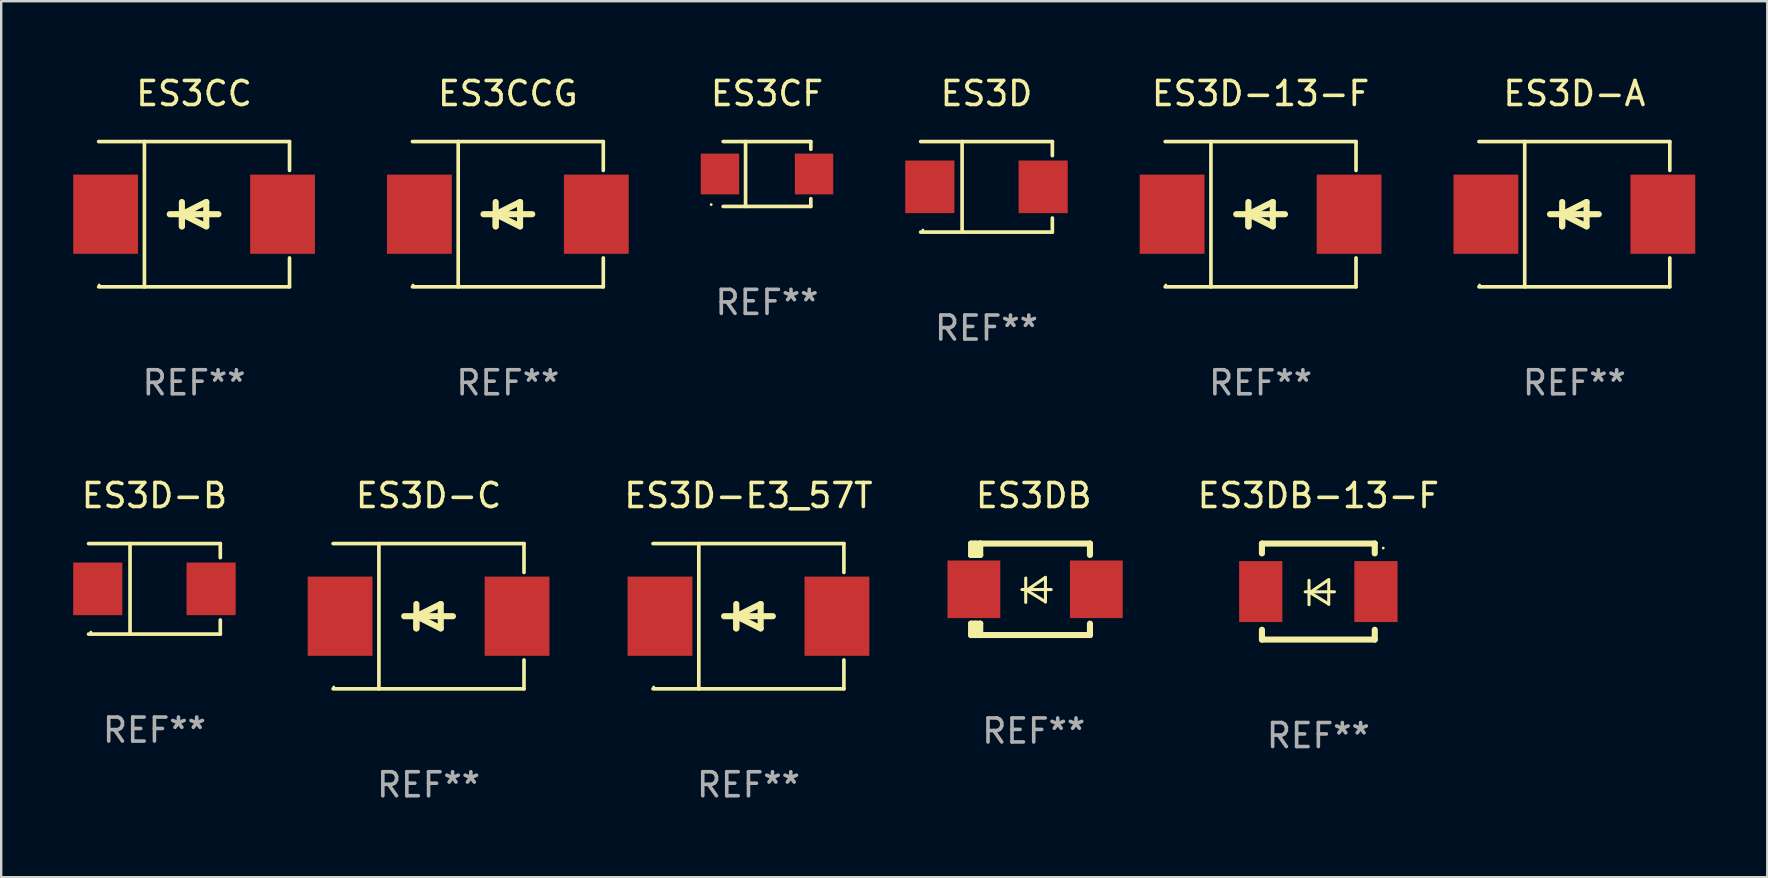
<source format=kicad_pcb>
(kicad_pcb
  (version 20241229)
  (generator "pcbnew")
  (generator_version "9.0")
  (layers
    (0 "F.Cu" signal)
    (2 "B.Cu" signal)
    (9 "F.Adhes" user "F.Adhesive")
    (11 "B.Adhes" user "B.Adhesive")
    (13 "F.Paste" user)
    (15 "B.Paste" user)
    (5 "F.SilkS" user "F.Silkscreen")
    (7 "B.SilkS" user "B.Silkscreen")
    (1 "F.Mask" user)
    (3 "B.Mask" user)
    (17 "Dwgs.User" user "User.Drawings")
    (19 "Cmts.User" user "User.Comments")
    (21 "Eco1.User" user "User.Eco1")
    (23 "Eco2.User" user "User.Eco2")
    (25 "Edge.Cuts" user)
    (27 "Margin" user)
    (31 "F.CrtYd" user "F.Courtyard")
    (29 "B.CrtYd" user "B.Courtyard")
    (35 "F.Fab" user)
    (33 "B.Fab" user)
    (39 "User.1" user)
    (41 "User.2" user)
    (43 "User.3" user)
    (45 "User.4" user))
  (footprint "ES3D"
    (layer "F.Cu")
    (at 38.05 4.734)
    (property "Reference" "ES3D" (at 0 -3.886 0) (layer "F.SilkS") (effects (font (size 1 1) (thickness 0.15))))
    (attr through_hole)
    (fp_line (start -2.744 -1.886) (end 2.744 -1.886) (stroke (width 0.152) (type solid)) (layer "F.SilkS"))
    (fp_line (start -2.744 1.886) (end 2.744 1.886) (stroke (width 0.152) (type solid)) (layer "F.SilkS"))
    (fp_line (start -1.016 -1.886) (end -1.016 1.886) (stroke (width 0.152) (type solid)) (layer "F.SilkS"))
    (fp_line (start 2.744 -1.886) (end 2.744 -1.299) (stroke (width 0.152) (type solid)) (layer "F.SilkS"))
    (fp_line (start 2.744 1.886) (end 2.744 1.299) (stroke (width 0.152) (type solid)) (layer "F.SilkS"))
    (fp_circle (center -2.65 1.8) (end -2.62 1.8) (stroke (width 0.06) (type solid)) (fill no) (layer "F.SilkS"))
    (fp_text user "REF**" (at 0 5.886 0) (layer "F.Fab") (effects (font (size 1 1) (thickness 0.15))))
    (pad "1" smd rect (at -2.361 0) (size 2.047 2.192) (layers "F.Cu" "F.Mask" "F.Paste"))
    (pad "2" smd rect (at 2.361 0) (size 2.047 2.192) (layers "F.Cu" "F.Mask" "F.Paste")))
  (footprint "ES3DB-13-F"
    (layer "F.Cu")
    (at 51.876 21.597)
    (property "Reference" "ES3DB-13-F" (at 0 -4 0) (layer "F.SilkS") (effects (font (size 1 1) (thickness 0.15))))
    (attr through_hole)
    (fp_line (start -2.35 -2) (end -2.35 -1.591) (stroke (width 0.254) (type solid)) (layer "F.SilkS"))
    (fp_line (start -2.35 -2) (end 2.35 -2) (stroke (width 0.254) (type solid)) (layer "F.SilkS"))
    (fp_line (start -2.35 1.591) (end -2.35 2) (stroke (width 0.254) (type solid)) (layer "F.SilkS"))
    (fp_line (start -2.35 2) (end 2.35 2) (stroke (width 0.254) (type solid)) (layer "F.SilkS"))
    (fp_line (start -0.548 0.01) (end 0.671 0.01) (stroke (width 0.127) (type solid)) (layer "F.SilkS"))
    (fp_line (start -0.389 -0.47) (end -0.389 0.546) (stroke (width 0.127) (type solid)) (layer "F.SilkS"))
    (fp_line (start -0.35 0.04) (end 0.433 0.52) (stroke (width 0.127) (type solid)) (layer "F.SilkS"))
    (fp_line (start 0.433 -0.5) (end -0.35 0.04) (stroke (width 0.127) (type solid)) (layer "F.SilkS"))
    (fp_line (start 0.433 0.53) (end 0.433 -0.486) (stroke (width 0.127) (type solid)) (layer "F.SilkS"))
    (fp_line (start 2.35 -2) (end 2.35 -1.591) (stroke (width 0.254) (type solid)) (layer "F.SilkS"))
    (fp_line (start 2.35 1.591) (end 2.35 2) (stroke (width 0.254) (type solid)) (layer "F.SilkS"))
    (fp_circle (center 2.704 -1.813) (end 2.734 -1.813) (stroke (width 0.06) (type solid)) (fill no) (layer "F.SilkS"))
    (fp_text user "REF**" (at 0 6 0) (layer "F.Fab") (effects (font (size 1 1) (thickness 0.15))))
    (pad "1" smd rect (at 2.4 0) (size 1.8 2.54) (layers "F.Cu" "F.Mask" "F.Paste"))
    (pad "2" smd rect (at -2.4 0) (size 1.8 2.54) (layers "F.Cu" "F.Mask" "F.Paste")))
  (footprint "ES3CF"
    (layer "F.Cu")
    (at 28.905 4.199)
    (property "Reference" "ES3CF" (at 0 -3.351 0) (layer "F.SilkS") (effects (font (size 1 1) (thickness 0.15))))
    (attr through_hole)
    (fp_line (start -1.826 -1.351) (end 1.826 -1.351) (stroke (width 0.152) (type solid)) (layer "F.SilkS"))
    (fp_line (start -1.826 1.351) (end 1.826 1.351) (stroke (width 0.152) (type solid)) (layer "F.SilkS"))
    (fp_line (start -0.892 -1.351) (end -0.892 1.351) (stroke (width 0.152) (type solid)) (layer "F.SilkS"))
    (fp_line (start 1.826 -1.351) (end 1.826 -1.03) (stroke (width 0.152) (type solid)) (layer "F.SilkS"))
    (fp_line (start 1.826 1.03) (end 1.826 1.351) (stroke (width 0.152) (type solid)) (layer "F.SilkS"))
    (fp_circle (center -2.325 1.275) (end -2.295 1.275) (stroke (width 0.06) (type solid)) (fill no) (layer "F.SilkS"))
    (fp_text user "REF**" (at 0 5.351 0) (layer "F.Fab") (effects (font (size 1 1) (thickness 0.15))))
    (pad "1" smd rect (at -1.96 0 180) (size 1.6 1.7) (layers "F.Cu" "F.Mask" "F.Paste"))
    (pad "2" smd rect (at 1.96 0 180) (size 1.6 1.7) (layers "F.Cu" "F.Mask" "F.Paste")))
  (footprint "ES3D-C"
    (layer "F.Cu")
    (at 14.805 22.623)
    (property "Reference" "ES3D-C" (at 0 -5.026 0) (layer "F.SilkS") (effects (font (size 1 1) (thickness 0.15))))
    (attr through_hole)
    (fp_line (start -3.976 -3.026) (end 3.976 -3.026) (stroke (width 0.152) (type solid)) (layer "F.SilkS"))
    (fp_line (start -3.976 3.026) (end 3.976 3.026) (stroke (width 0.152) (type solid)) (layer "F.SilkS"))
    (fp_line (start -2.069 -3.026) (end -2.069 3.026) (stroke (width 0.152) (type solid)) (layer "F.SilkS"))
    (fp_line (start -0.508 0) (end -0.508 0.508) (stroke (width 0.254) (type solid)) (layer "F.SilkS"))
    (fp_line (start -0.508 0) (end 0.508 0.508) (stroke (width 0.254) (type solid)) (layer "F.SilkS"))
    (fp_line (start -0.508 0.508) (end -0.508 -0.508) (stroke (width 0.254) (type solid)) (layer "F.SilkS"))
    (fp_line (start 0.508 -0.508) (end -0.508 0) (stroke (width 0.254) (type solid)) (layer "F.SilkS"))
    (fp_line (start 0.508 0.508) (end 0.508 -0.508) (stroke (width 0.254) (type solid)) (layer "F.SilkS"))
    (fp_line (start 1.016 0) (end -1.016 0) (stroke (width 0.254) (type solid)) (layer "F.SilkS"))
    (fp_line (start 3.976 -3.026) (end 3.976 -1.823) (stroke (width 0.152) (type solid)) (layer "F.SilkS"))
    (fp_line (start 3.976 3.026) (end 3.976 1.823) (stroke (width 0.152) (type solid)) (layer "F.SilkS"))
    (fp_circle (center -3.95 2.95) (end -3.92 2.95) (stroke (width 0.06) (type solid)) (fill no) (layer "F.SilkS"))
    (fp_text user "REF**" (at 0 7.026 0) (layer "F.Fab") (effects (font (size 1 1) (thickness 0.15))))
    (pad "1" smd rect (at -3.686 0) (size 2.7 3.3) (layers "F.Cu" "F.Mask" "F.Paste"))
    (pad "2" smd rect (at 3.686 0) (size 2.7 3.3) (layers "F.Cu" "F.Mask" "F.Paste")))
  (footprint "ES3CCG"
    (layer "F.Cu")
    (at 18.109 5.874)
    (property "Reference" "ES3CCG" (at 0 -5.026 0) (layer "F.SilkS") (effects (font (size 1 1) (thickness 0.15))))
    (attr through_hole)
    (fp_line (start -3.976 -3.026) (end 3.976 -3.026) (stroke (width 0.152) (type solid)) (layer "F.SilkS"))
    (fp_line (start -3.976 3.026) (end 3.976 3.026) (stroke (width 0.152) (type solid)) (layer "F.SilkS"))
    (fp_line (start -2.069 -3.026) (end -2.069 3.026) (stroke (width 0.152) (type solid)) (layer "F.SilkS"))
    (fp_line (start -0.508 0) (end -0.508 0.508) (stroke (width 0.254) (type solid)) (layer "F.SilkS"))
    (fp_line (start -0.508 0) (end 0.508 0.508) (stroke (width 0.254) (type solid)) (layer "F.SilkS"))
    (fp_line (start -0.508 0.508) (end -0.508 -0.508) (stroke (width 0.254) (type solid)) (layer "F.SilkS"))
    (fp_line (start 0.508 -0.508) (end -0.508 0) (stroke (width 0.254) (type solid)) (layer "F.SilkS"))
    (fp_line (start 0.508 0.508) (end 0.508 -0.508) (stroke (width 0.254) (type solid)) (layer "F.SilkS"))
    (fp_line (start 1.016 0) (end -1.016 0) (stroke (width 0.254) (type solid)) (layer "F.SilkS"))
    (fp_line (start 3.976 -3.026) (end 3.976 -1.823) (stroke (width 0.152) (type solid)) (layer "F.SilkS"))
    (fp_line (start 3.976 3.026) (end 3.976 1.823) (stroke (width 0.152) (type solid)) (layer "F.SilkS"))
    (fp_circle (center -3.95 2.95) (end -3.92 2.95) (stroke (width 0.06) (type solid)) (fill no) (layer "F.SilkS"))
    (fp_text user "REF**" (at 0 7.026 0) (layer "F.Fab") (effects (font (size 1 1) (thickness 0.15))))
    (pad "1" smd rect (at -3.686 0) (size 2.7 3.3) (layers "F.Cu" "F.Mask" "F.Paste"))
    (pad "2" smd rect (at 3.686 0) (size 2.7 3.3) (layers "F.Cu" "F.Mask" "F.Paste")))
  (footprint "ES3D-A"
    (layer "F.Cu")
    (at 62.543 5.874)
    (property "Reference" "ES3D-A" (at 0 -5.026 0) (layer "F.SilkS") (effects (font (size 1 1) (thickness 0.15))))
    (attr through_hole)
    (fp_line (start -3.976 -3.026) (end 3.976 -3.026) (stroke (width 0.152) (type solid)) (layer "F.SilkS"))
    (fp_line (start -3.976 3.026) (end 3.976 3.026) (stroke (width 0.152) (type solid)) (layer "F.SilkS"))
    (fp_line (start -2.069 -3.026) (end -2.069 3.026) (stroke (width 0.152) (type solid)) (layer "F.SilkS"))
    (fp_line (start -0.508 0) (end -0.508 0.508) (stroke (width 0.254) (type solid)) (layer "F.SilkS"))
    (fp_line (start -0.508 0) (end 0.508 0.508) (stroke (width 0.254) (type solid)) (layer "F.SilkS"))
    (fp_line (start -0.508 0.508) (end -0.508 -0.508) (stroke (width 0.254) (type solid)) (layer "F.SilkS"))
    (fp_line (start 0.508 -0.508) (end -0.508 0) (stroke (width 0.254) (type solid)) (layer "F.SilkS"))
    (fp_line (start 0.508 0.508) (end 0.508 -0.508) (stroke (width 0.254) (type solid)) (layer "F.SilkS"))
    (fp_line (start 1.016 0) (end -1.016 0) (stroke (width 0.254) (type solid)) (layer "F.SilkS"))
    (fp_line (start 3.976 -3.026) (end 3.976 -1.823) (stroke (width 0.152) (type solid)) (layer "F.SilkS"))
    (fp_line (start 3.976 3.026) (end 3.976 1.823) (stroke (width 0.152) (type solid)) (layer "F.SilkS"))
    (fp_circle (center -3.95 2.95) (end -3.92 2.95) (stroke (width 0.06) (type solid)) (fill no) (layer "F.SilkS"))
    (fp_text user "REF**" (at 0 7.026 0) (layer "F.Fab") (effects (font (size 1 1) (thickness 0.15))))
    (pad "1" smd rect (at -3.686 0) (size 2.7 3.3) (layers "F.Cu" "F.Mask" "F.Paste"))
    (pad "2" smd rect (at 3.686 0) (size 2.7 3.3) (layers "F.Cu" "F.Mask" "F.Paste")))
  (footprint "ES3D-B"
    (layer "F.Cu")
    (at 3.384 21.483)
    (property "Reference" "ES3D-B" (at 0 -3.886 0) (layer "F.SilkS") (effects (font (size 1 1) (thickness 0.15))))
    (attr through_hole)
    (fp_line (start -2.744 -1.886) (end 2.744 -1.886) (stroke (width 0.152) (type solid)) (layer "F.SilkS"))
    (fp_line (start -2.744 1.886) (end 2.744 1.886) (stroke (width 0.152) (type solid)) (layer "F.SilkS"))
    (fp_line (start -1.016 -1.886) (end -1.016 1.886) (stroke (width 0.152) (type solid)) (layer "F.SilkS"))
    (fp_line (start 2.744 -1.886) (end 2.744 -1.299) (stroke (width 0.152) (type solid)) (layer "F.SilkS"))
    (fp_line (start 2.744 1.886) (end 2.744 1.299) (stroke (width 0.152) (type solid)) (layer "F.SilkS"))
    (fp_circle (center -2.65 1.8) (end -2.62 1.8) (stroke (width 0.06) (type solid)) (fill no) (layer "F.SilkS"))
    (fp_text user "REF**" (at 0 5.886 0) (layer "F.Fab") (effects (font (size 1 1) (thickness 0.15))))
    (pad "1" smd rect (at -2.361 0) (size 2.047 2.192) (layers "F.Cu" "F.Mask" "F.Paste"))
    (pad "2" smd rect (at 2.361 0) (size 2.047 2.192) (layers "F.Cu" "F.Mask" "F.Paste")))
  (footprint "ES3D-E3_57T"
    (layer "F.Cu")
    (at 28.133 22.623)
    (property "Reference" "ES3D-E3_57T" (at 0 -5.026 0) (layer "F.SilkS") (effects (font (size 1 1) (thickness 0.15))))
    (attr through_hole)
    (fp_line (start -3.976 -3.026) (end 3.976 -3.026) (stroke (width 0.152) (type solid)) (layer "F.SilkS"))
    (fp_line (start -3.976 3.026) (end 3.976 3.026) (stroke (width 0.152) (type solid)) (layer "F.SilkS"))
    (fp_line (start -2.069 -3.026) (end -2.069 3.026) (stroke (width 0.152) (type solid)) (layer "F.SilkS"))
    (fp_line (start -0.508 0) (end -0.508 0.508) (stroke (width 0.254) (type solid)) (layer "F.SilkS"))
    (fp_line (start -0.508 0) (end 0.508 0.508) (stroke (width 0.254) (type solid)) (layer "F.SilkS"))
    (fp_line (start -0.508 0.508) (end -0.508 -0.508) (stroke (width 0.254) (type solid)) (layer "F.SilkS"))
    (fp_line (start 0.508 -0.508) (end -0.508 0) (stroke (width 0.254) (type solid)) (layer "F.SilkS"))
    (fp_line (start 0.508 0.508) (end 0.508 -0.508) (stroke (width 0.254) (type solid)) (layer "F.SilkS"))
    (fp_line (start 1.016 0) (end -1.016 0) (stroke (width 0.254) (type solid)) (layer "F.SilkS"))
    (fp_line (start 3.976 -3.026) (end 3.976 -1.823) (stroke (width 0.152) (type solid)) (layer "F.SilkS"))
    (fp_line (start 3.976 3.026) (end 3.976 1.823) (stroke (width 0.152) (type solid)) (layer "F.SilkS"))
    (fp_circle (center -3.95 2.95) (end -3.92 2.95) (stroke (width 0.06) (type solid)) (fill no) (layer "F.SilkS"))
    (fp_text user "REF**" (at 0 7.026 0) (layer "F.Fab") (effects (font (size 1 1) (thickness 0.15))))
    (pad "1" smd rect (at -3.686 0) (size 2.7 3.3) (layers "F.Cu" "F.Mask" "F.Paste"))
    (pad "2" smd rect (at 3.686 0) (size 2.7 3.3) (layers "F.Cu" "F.Mask" "F.Paste")))
  (footprint "ES3CC"
    (layer "F.Cu")
    (at 5.036 5.874)
    (property "Reference" "ES3CC" (at 0 -5.026 0) (layer "F.SilkS") (effects (font (size 1 1) (thickness 0.15))))
    (attr through_hole)
    (fp_line (start -3.976 -3.026) (end 3.976 -3.026) (stroke (width 0.152) (type solid)) (layer "F.SilkS"))
    (fp_line (start -3.976 3.026) (end 3.976 3.026) (stroke (width 0.152) (type solid)) (layer "F.SilkS"))
    (fp_line (start -2.069 -3.026) (end -2.069 3.026) (stroke (width 0.152) (type solid)) (layer "F.SilkS"))
    (fp_line (start -0.508 0) (end -0.508 0.508) (stroke (width 0.254) (type solid)) (layer "F.SilkS"))
    (fp_line (start -0.508 0) (end 0.508 0.508) (stroke (width 0.254) (type solid)) (layer "F.SilkS"))
    (fp_line (start -0.508 0.508) (end -0.508 -0.508) (stroke (width 0.254) (type solid)) (layer "F.SilkS"))
    (fp_line (start 0.508 -0.508) (end -0.508 0) (stroke (width 0.254) (type solid)) (layer "F.SilkS"))
    (fp_line (start 0.508 0.508) (end 0.508 -0.508) (stroke (width 0.254) (type solid)) (layer "F.SilkS"))
    (fp_line (start 1.016 0) (end -1.016 0) (stroke (width 0.254) (type solid)) (layer "F.SilkS"))
    (fp_line (start 3.976 -3.026) (end 3.976 -1.823) (stroke (width 0.152) (type solid)) (layer "F.SilkS"))
    (fp_line (start 3.976 3.026) (end 3.976 1.823) (stroke (width 0.152) (type solid)) (layer "F.SilkS"))
    (fp_circle (center -3.95 2.95) (end -3.92 2.95) (stroke (width 0.06) (type solid)) (fill no) (layer "F.SilkS"))
    (fp_text user "REF**" (at 0 7.026 0) (layer "F.Fab") (effects (font (size 1 1) (thickness 0.15))))
    (pad "1" smd rect (at -3.686 0) (size 2.7 3.3) (layers "F.Cu" "F.Mask" "F.Paste"))
    (pad "2" smd rect (at 3.686 0) (size 2.7 3.3) (layers "F.Cu" "F.Mask" "F.Paste")))
  (footprint "ES3D-13-F"
    (layer "F.Cu")
    (at 49.47 5.874)
    (property "Reference" "ES3D-13-F" (at 0 -5.026 0) (layer "F.SilkS") (effects (font (size 1 1) (thickness 0.15))))
    (attr through_hole)
    (fp_line (start -3.976 -3.026) (end 3.976 -3.026) (stroke (width 0.152) (type solid)) (layer "F.SilkS"))
    (fp_line (start -3.976 3.026) (end 3.976 3.026) (stroke (width 0.152) (type solid)) (layer "F.SilkS"))
    (fp_line (start -2.069 -3.026) (end -2.069 3.026) (stroke (width 0.152) (type solid)) (layer "F.SilkS"))
    (fp_line (start -0.508 0) (end -0.508 0.508) (stroke (width 0.254) (type solid)) (layer "F.SilkS"))
    (fp_line (start -0.508 0) (end 0.508 0.508) (stroke (width 0.254) (type solid)) (layer "F.SilkS"))
    (fp_line (start -0.508 0.508) (end -0.508 -0.508) (stroke (width 0.254) (type solid)) (layer "F.SilkS"))
    (fp_line (start 0.508 -0.508) (end -0.508 0) (stroke (width 0.254) (type solid)) (layer "F.SilkS"))
    (fp_line (start 0.508 0.508) (end 0.508 -0.508) (stroke (width 0.254) (type solid)) (layer "F.SilkS"))
    (fp_line (start 1.016 0) (end -1.016 0) (stroke (width 0.254) (type solid)) (layer "F.SilkS"))
    (fp_line (start 3.976 -3.026) (end 3.976 -1.823) (stroke (width 0.152) (type solid)) (layer "F.SilkS"))
    (fp_line (start 3.976 3.026) (end 3.976 1.823) (stroke (width 0.152) (type solid)) (layer "F.SilkS"))
    (fp_circle (center -3.95 2.95) (end -3.92 2.95) (stroke (width 0.06) (type solid)) (fill no) (layer "F.SilkS"))
    (fp_text user "REF**" (at 0 7.026 0) (layer "F.Fab") (effects (font (size 1 1) (thickness 0.15))))
    (pad "1" smd rect (at -3.686 0) (size 2.7 3.3) (layers "F.Cu" "F.Mask" "F.Paste"))
    (pad "2" smd rect (at 3.686 0) (size 2.7 3.3) (layers "F.Cu" "F.Mask" "F.Paste")))
  (footprint "ES3DB"
    (layer "F.Cu")
    (at 40.018 21.502)
    (property "Reference" "ES3DB" (at 0 -3.905 0) (layer "F.SilkS") (effects (font (size 1 1) (thickness 0.15))))
    (attr through_hole)
    (fp_line (start -2.609 -1.905) (end -2.609 -1.431) (stroke (width 0.254) (type solid)) (layer "F.SilkS"))
    (fp_line (start -2.609 1.431) (end -2.609 1.905) (stroke (width 0.254) (type solid)) (layer "F.SilkS"))
    (fp_line (start -2.609 1.431) (end -2.229 1.431) (stroke (width 0.254) (type solid)) (layer "F.SilkS"))
    (fp_line (start -2.609 1.905) (end -2.229 1.905) (stroke (width 0.254) (type solid)) (layer "F.SilkS"))
    (fp_line (start -2.609 -1.431) (end -2.609 -1.431) (stroke (width 0.254) (type solid)) (layer "F.SilkS"))
    (fp_line (start -2.427 -1.431) (end -2.427 -1.905) (stroke (width 0.254) (type solid)) (layer "F.SilkS"))
    (fp_line (start -2.427 1.905) (end -2.427 1.431) (stroke (width 0.254) (type solid)) (layer "F.SilkS"))
    (fp_line (start -2.229 -1.905) (end -2.609 -1.905) (stroke (width 0.254) (type solid)) (layer "F.SilkS"))
    (fp_line (start -2.229 -1.905) (end 2.343 -1.905) (stroke (width 0.254) (type solid)) (layer "F.SilkS"))
    (fp_line (start -2.229 -1.431) (end -2.609 -1.431) (stroke (width 0.254) (type solid)) (layer "F.SilkS"))
    (fp_line (start -2.229 -1.431) (end -2.229 -1.905) (stroke (width 0.254) (type solid)) (layer "F.SilkS"))
    (fp_line (start -2.229 1.905) (end -2.229 1.431) (stroke (width 0.254) (type solid)) (layer "F.SilkS"))
    (fp_line (start -0.491 0.01) (end 0.727 0.01) (stroke (width 0.127) (type solid)) (layer "F.SilkS"))
    (fp_line (start -0.333 -0.47) (end -0.333 0.546) (stroke (width 0.127) (type solid)) (layer "F.SilkS"))
    (fp_line (start -0.293 0.04) (end 0.489 0.52) (stroke (width 0.127) (type solid)) (layer "F.SilkS"))
    (fp_line (start 0.489 -0.5) (end -0.293 0.04) (stroke (width 0.127) (type solid)) (layer "F.SilkS"))
    (fp_line (start 0.489 0.53) (end 0.489 -0.486) (stroke (width 0.127) (type solid)) (layer "F.SilkS"))
    (fp_line (start 2.343 -1.905) (end 2.343 -1.431) (stroke (width 0.254) (type solid)) (layer "F.SilkS"))
    (fp_line (start 2.343 1.431) (end 2.343 1.905) (stroke (width 0.254) (type solid)) (layer "F.SilkS"))
    (fp_line (start 2.343 1.905) (end -2.229 1.905) (stroke (width 0.254) (type solid)) (layer "F.SilkS"))
    (fp_circle (center -2.643 1.8) (end -2.613 1.8) (stroke (width 0.06) (type solid)) (fill no) (layer "F.SilkS"))
    (fp_text user "REF**" (at 0 5.905 0) (layer "F.Fab") (effects (font (size 1 1) (thickness 0.15))))
    (pad "1" smd rect (at -2.493 0) (size 2.2 2.4) (layers "F.Cu" "F.Mask" "F.Paste"))
    (pad "2" smd rect (at 2.609 0) (size 2.2 2.4) (layers "F.Cu" "F.Mask" "F.Paste")))
  (gr_rect
    (start -3 -3)
    (end 70.579 33.498)
    (stroke (width 0.1) (type default))
    (fill no)
    (layer "Edge.Cuts")))
</source>
